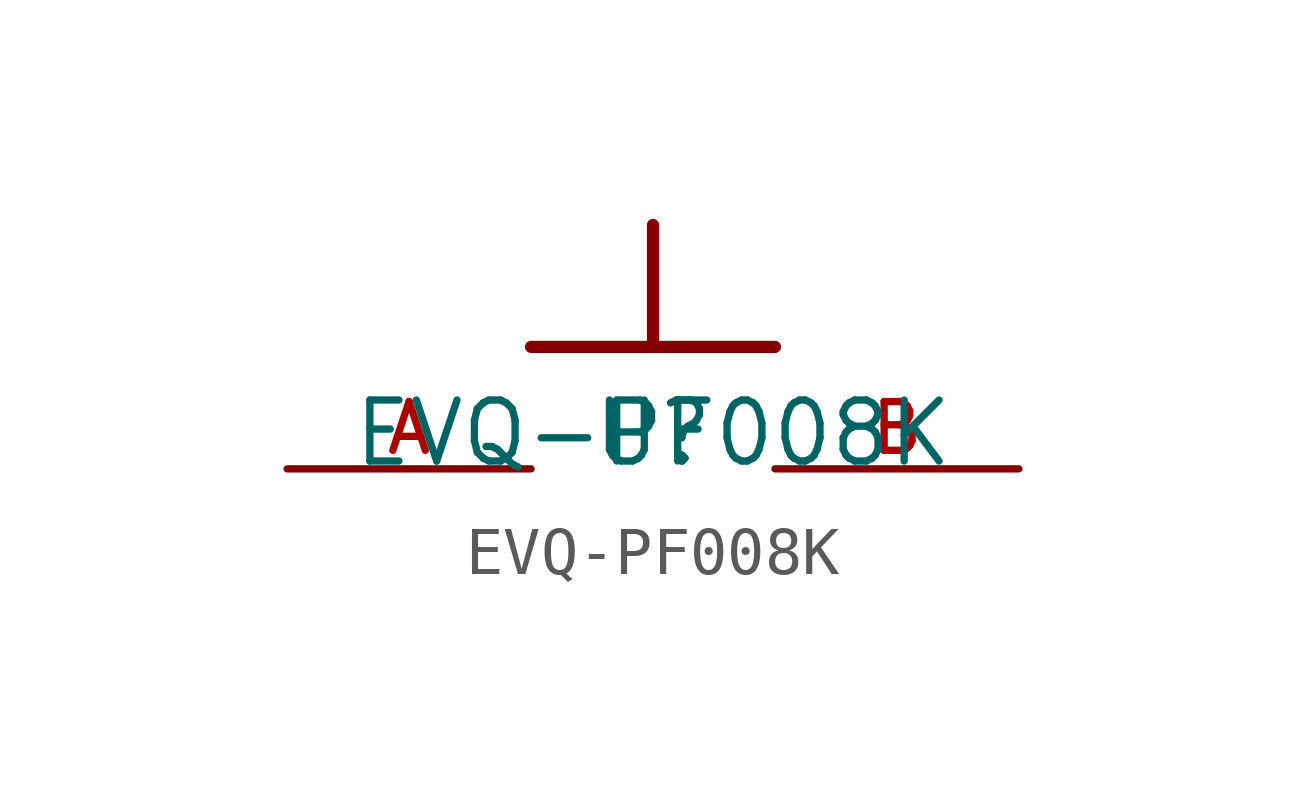
<source format=kicad_sym>
(kicad_symbol_lib
  (version 20211014)
  (generator kicad_symbol_editor)
  (symbol "EVQ-PF008K"
    (pin_names
      (offset 1.016))
    (property "Reference" "U"
      (at 0 0 0)
      (effects (font (size 1.27 1.27)) (justify bottom)))
    (property "Value" "EVQ-PF008K"
      (at 0 0.0 0)
      (effects (font (size 1.27 1.27)) (justify bottom)))
    (symbol "EVQ-PF008K_0_0"
      (polyline (pts (xy -2.54 2.54) (xy 0.0 2.54)) (stroke (width 0.254)))
      (polyline (pts (xy 0.0 2.54) (xy 2.54 2.54)) (stroke (width 0.254)))
      (polyline (pts (xy 0.0 2.54) (xy 0.0 5.08)) (stroke (width 0.254)))
      (pin bidirectional line (at -7.62 0.0 0) (length 5.08) (name "~" (effects (font (size 1.016 1.016)))) (number "A" (effects (font (size 1.016 1.016)))))
      (pin bidirectional line (at 7.62 0.0 180.0) (length 5.08) (name "~" (effects (font (size 1.016 1.016)))) (number "B" (effects (font (size 1.016 1.016))))))))
</source>
